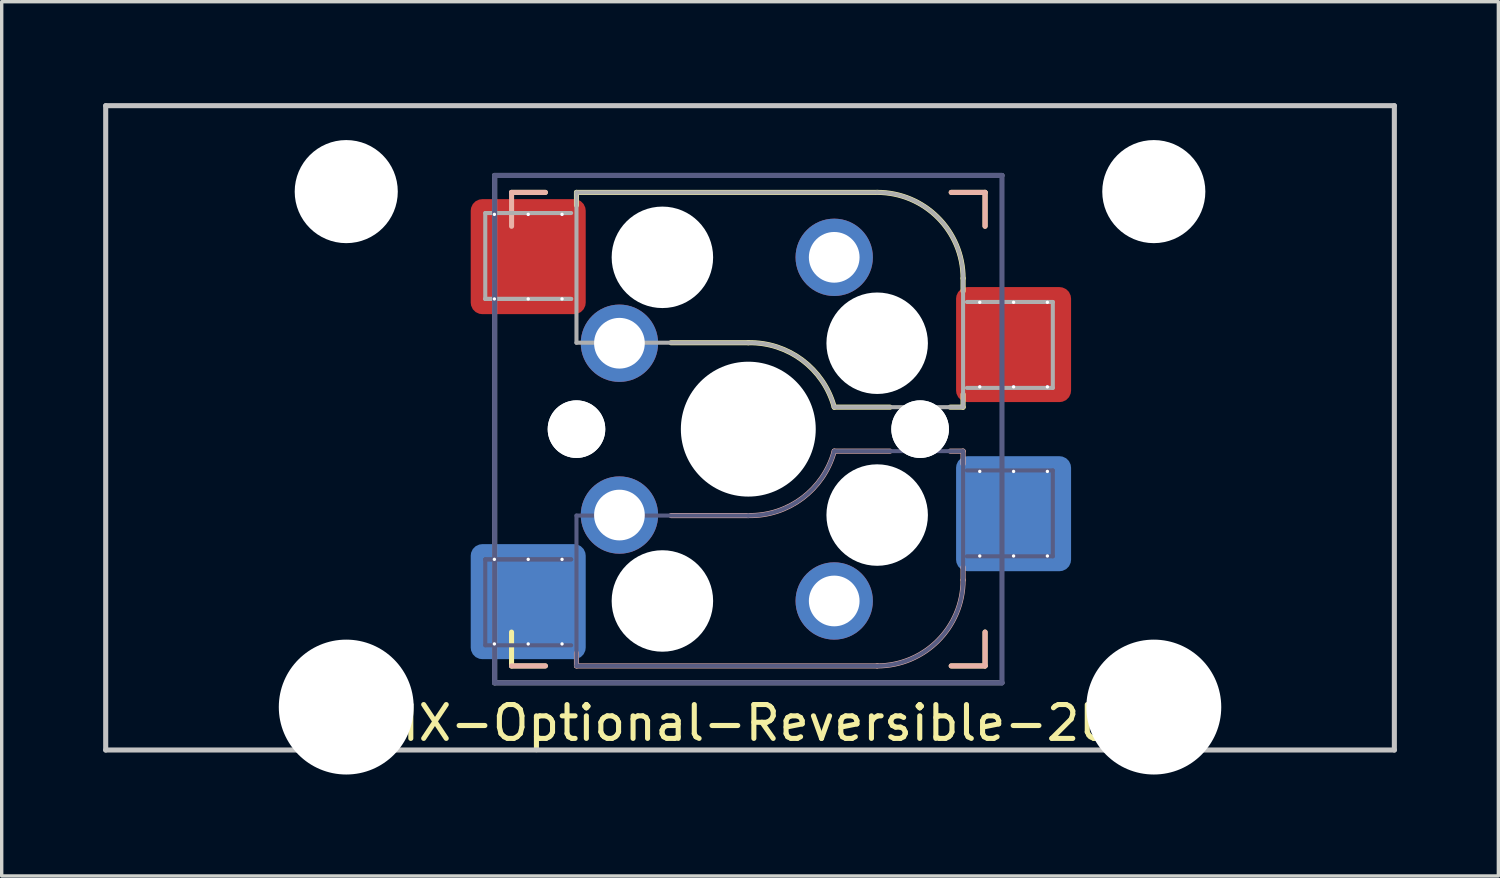
<source format=kicad_pcb>
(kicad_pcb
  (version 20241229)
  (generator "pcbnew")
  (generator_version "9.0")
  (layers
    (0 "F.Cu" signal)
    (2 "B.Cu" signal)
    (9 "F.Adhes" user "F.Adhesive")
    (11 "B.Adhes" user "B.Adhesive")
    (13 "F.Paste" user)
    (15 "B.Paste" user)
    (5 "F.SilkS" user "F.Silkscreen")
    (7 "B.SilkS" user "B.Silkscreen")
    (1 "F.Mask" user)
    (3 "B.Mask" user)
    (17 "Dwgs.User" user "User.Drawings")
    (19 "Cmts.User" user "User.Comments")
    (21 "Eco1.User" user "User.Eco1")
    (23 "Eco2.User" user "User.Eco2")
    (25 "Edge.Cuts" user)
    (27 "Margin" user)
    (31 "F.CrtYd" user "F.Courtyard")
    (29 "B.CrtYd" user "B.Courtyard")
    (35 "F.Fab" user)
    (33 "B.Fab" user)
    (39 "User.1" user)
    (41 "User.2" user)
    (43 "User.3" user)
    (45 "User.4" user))
  (footprint "MX-Optional-Reversible-2U"
    (layer "F.Cu")
    (at 19.125 9.6)
    (property "Reference" "MX-Optional-Reversible-2U" (at -0.077 8.726 180) (layer "F.SilkS") (effects (font (size 1 1) (thickness 0.15))))
    (attr smd)
    (fp_rect (start -8.258 -6.062) (end -4.858 -4.062) (stroke (width 0.1) (type solid)) (fill yes) (layer "F.Mask"))
    (fp_rect (start 6.092 -3.462) (end 9.492 -1.462) (stroke (width 0.1) (type solid)) (fill yes) (layer "F.Mask"))
    (fp_rect (start -4.858 4.138) (end -8.258 6.138) (stroke (width 0.1) (type solid)) (fill yes) (layer "B.Mask"))
    (fp_rect (start 9.492 1.538) (end 6.092 3.538) (stroke (width 0.1) (type solid)) (fill yes) (layer "B.Mask"))
    (fp_line (start -7.051 -6.962) (end -6.051 -6.962) (stroke (width 0.15) (type solid)) (layer "F.SilkS"))
    (fp_line (start -7.051 7.038) (end -7.051 6.038) (stroke (width 0.15) (type solid)) (layer "F.SilkS"))
    (fp_line (start -6.051 7.038) (end -7.051 7.038) (stroke (width 0.15) (type solid)) (layer "F.SilkS"))
    (fp_line (start -5.131 -6.581) (end -5.131 -6.962) (stroke (width 0.15) (type solid)) (layer "F.SilkS"))
    (fp_line (start -2.337 -2.517) (end -0.051 -2.517) (stroke (width 0.15) (type solid)) (layer "F.SilkS"))
    (fp_line (start 2.489 -0.612) (end 4.14 -0.612) (stroke (width 0.15) (type solid)) (layer "F.SilkS"))
    (fp_line (start 3.759 -6.962) (end -5.131 -6.962) (stroke (width 0.15) (type solid)) (layer "F.SilkS"))
    (fp_line (start 5.918 -0.612) (end 6.299 -0.612) (stroke (width 0.15) (type solid)) (layer "F.SilkS"))
    (fp_line (start 5.949 -6.962) (end 6.949 -6.962) (stroke (width 0.15) (type solid)) (layer "F.SilkS"))
    (fp_line (start 6.299 -4.041) (end 6.299 -4.422) (stroke (width 0.15) (type solid)) (layer "F.SilkS"))
    (fp_line (start 6.299 -0.612) (end 6.299 -0.993) (stroke (width 0.15) (type solid)) (layer "F.SilkS"))
    (fp_line (start 6.949 -6.962) (end 6.949 -5.962) (stroke (width 0.15) (type solid)) (layer "F.SilkS"))
    (fp_line (start 6.949 6.038) (end 6.949 7.038) (stroke (width 0.15) (type solid)) (layer "F.SilkS"))
    (fp_line (start 6.949 7.038) (end 5.949 7.038) (stroke (width 0.15) (type solid)) (layer "F.SilkS"))
    (fp_arc (start -0.05085 -2.51696) (mid 1.54712 -2.001754) (end 2.48915 -0.61196) (stroke (width 0.15) (type solid)) (layer "F.SilkS"))
    (fp_arc (start 3.75915 -6.96196) (mid 5.555201 -6.218011) (end 6.29915 -4.42196) (stroke (width 0.15) (type solid)) (layer "F.SilkS"))
    (fp_line (start -7.051 -6.962) (end -6.051 -6.962) (stroke (width 0.15) (type solid)) (layer "B.SilkS"))
    (fp_line (start -7.05 -6.96) (end -7.05 -5.96) (stroke (width 0.15) (type solid)) (layer "B.SilkS"))
    (fp_line (start -6.051 7.038) (end -7.051 7.038) (stroke (width 0.15) (type solid)) (layer "B.SilkS"))
    (fp_line (start -5.131 7.038) (end -5.131 6.657) (stroke (width 0.15) (type solid)) (layer "B.SilkS"))
    (fp_line (start -5.131 7.038) (end 3.759 7.038) (stroke (width 0.15) (type solid)) (layer "B.SilkS"))
    (fp_line (start -0.051 2.593) (end -2.337 2.593) (stroke (width 0.15) (type solid)) (layer "B.SilkS"))
    (fp_line (start 4.14 0.688) (end 2.489 0.688) (stroke (width 0.15) (type solid)) (layer "B.SilkS"))
    (fp_line (start 5.949 -6.962) (end 6.949 -6.962) (stroke (width 0.15) (type solid)) (layer "B.SilkS"))
    (fp_line (start 6.299 0.688) (end 5.918 0.688) (stroke (width 0.15) (type solid)) (layer "B.SilkS"))
    (fp_line (start 6.299 1.069) (end 6.299 0.688) (stroke (width 0.15) (type solid)) (layer "B.SilkS"))
    (fp_line (start 6.299 4.498) (end 6.299 4.117) (stroke (width 0.15) (type solid)) (layer "B.SilkS"))
    (fp_line (start 6.949 -6.962) (end 6.949 -5.962) (stroke (width 0.15) (type solid)) (layer "B.SilkS"))
    (fp_line (start 6.949 6.038) (end 6.949 7.038) (stroke (width 0.15) (type solid)) (layer "B.SilkS"))
    (fp_line (start 6.949 7.038) (end 5.949 7.038) (stroke (width 0.15) (type solid)) (layer "B.SilkS"))
    (fp_arc (start 2.48915 0.68804) (mid 1.547119 2.077831) (end -0.05085 2.59304) (stroke (width 0.15) (type solid)) (layer "B.SilkS"))
    (fp_arc (start 6.29915 4.49804) (mid 5.555201 6.294091) (end 3.75915 7.03804) (stroke (width 0.15) (type solid)) (layer "B.SilkS"))
    (fp_line (start -19.05 9.525) (end -19.05 -9.525) (stroke (width 0.15) (type solid)) (layer "Dwgs.User"))
    (fp_line (start 19.05 -9.525) (end -19.05 -9.525) (stroke (width 0.15) (type solid)) (layer "Dwgs.User"))
    (fp_line (start 19.05 9.525) (end -19.05 9.525) (stroke (width 0.15) (type solid)) (layer "Dwgs.User"))
    (fp_line (start 19.05 9.525) (end 19.05 -9.525) (stroke (width 0.15) (type solid)) (layer "Dwgs.User"))
    (fp_line (start -6.951 6.938) (end 6.849 6.938) (stroke (width 0.15) (type solid)) (layer "Eco2.User"))
    (fp_line (start -6.95 -6.86) (end -6.95 6.94) (stroke (width 0.15) (type solid)) (layer "Eco2.User"))
    (fp_line (start 6.848 6.94) (end 6.848 -6.86) (stroke (width 0.15) (type solid)) (layer "Eco2.User"))
    (fp_line (start 6.849 -6.862) (end -6.951 -6.862) (stroke (width 0.15) (type solid)) (layer "Eco2.User"))
    (fp_line (start -7.828 3.888) (end -7.828 6.428) (stroke (width 0.12) (type solid)) (layer "B.Fab"))
    (fp_line (start -7.828 6.428) (end -5.288 6.428) (stroke (width 0.12) (type solid)) (layer "B.Fab"))
    (fp_line (start -7.551 -7.462) (end 7.449 -7.462) (stroke (width 0.15) (type solid)) (layer "B.Fab"))
    (fp_line (start -7.551 7.538) (end -7.551 -7.462) (stroke (width 0.15) (type solid)) (layer "B.Fab"))
    (fp_line (start -5.288 3.888) (end -7.828 3.888) (stroke (width 0.12) (type solid)) (layer "B.Fab"))
    (fp_line (start -5.288 3.888) (end -7.828 3.888) (stroke (width 0.12) (type solid)) (layer "B.Fab"))
    (fp_line (start -5.131 2.593) (end -5.131 7.038) (stroke (width 0.12) (type solid)) (layer "B.Fab"))
    (fp_line (start -5.131 7.038) (end 3.759 7.038) (stroke (width 0.12) (type solid)) (layer "B.Fab"))
    (fp_line (start -0.051 2.593) (end -5.131 2.593) (stroke (width 0.12) (type solid)) (layer "B.Fab"))
    (fp_line (start 6.299 0.688) (end 2.489 0.688) (stroke (width 0.12) (type solid)) (layer "B.Fab"))
    (fp_line (start 6.299 4.498) (end 6.299 0.688) (stroke (width 0.12) (type solid)) (layer "B.Fab"))
    (fp_line (start 6.412 3.798) (end 8.952 3.798) (stroke (width 0.12) (type solid)) (layer "B.Fab"))
    (fp_line (start 7.449 -7.462) (end 7.449 7.538) (stroke (width 0.15) (type solid)) (layer "B.Fab"))
    (fp_line (start 7.449 7.538) (end -7.551 7.538) (stroke (width 0.15) (type solid)) (layer "B.Fab"))
    (fp_line (start 8.952 1.258) (end 6.412 1.258) (stroke (width 0.12) (type solid)) (layer "B.Fab"))
    (fp_line (start 8.952 3.798) (end 8.952 1.258) (stroke (width 0.12) (type solid)) (layer "B.Fab"))
    (fp_arc (start 2.48915 0.68804) (mid 1.547122 2.077836) (end -0.05085 2.59304) (stroke (width 0.12) (type solid)) (layer "B.Fab"))
    (fp_arc (start 6.29915 4.49804) (mid 5.555201 6.294091) (end 3.75915 7.03804) (stroke (width 0.12) (type solid)) (layer "B.Fab"))
    (fp_line (start -7.828 -6.352) (end -7.828 -3.812) (stroke (width 0.12) (type solid)) (layer "F.Fab"))
    (fp_line (start -7.828 -3.812) (end -5.288 -3.812) (stroke (width 0.12) (type solid)) (layer "F.Fab"))
    (fp_line (start -7.828 -3.812) (end -5.288 -3.812) (stroke (width 0.12) (type solid)) (layer "F.Fab"))
    (fp_line (start -7.551 -7.462) (end 7.449 -7.462) (stroke (width 0.15) (type solid)) (layer "F.Fab"))
    (fp_line (start -7.551 7.538) (end -7.551 -7.462) (stroke (width 0.15) (type solid)) (layer "F.Fab"))
    (fp_line (start -5.288 -6.352) (end -7.828 -6.352) (stroke (width 0.12) (type solid)) (layer "F.Fab"))
    (fp_line (start -5.131 -6.962) (end -5.131 -2.517) (stroke (width 0.12) (type solid)) (layer "F.Fab"))
    (fp_line (start -5.131 -2.517) (end -0.051 -2.517) (stroke (width 0.12) (type solid)) (layer "F.Fab"))
    (fp_line (start 2.489 -0.612) (end 6.299 -0.612) (stroke (width 0.12) (type solid)) (layer "F.Fab"))
    (fp_line (start 3.759 -6.962) (end -5.131 -6.962) (stroke (width 0.12) (type solid)) (layer "F.Fab"))
    (fp_line (start 6.299 -0.612) (end 6.299 -4.422) (stroke (width 0.12) (type solid)) (layer "F.Fab"))
    (fp_line (start 6.412 -1.182) (end 8.952 -1.182) (stroke (width 0.12) (type solid)) (layer "F.Fab"))
    (fp_line (start 7.449 7.538) (end -7.551 7.538) (stroke (width 0.15) (type solid)) (layer "F.Fab"))
    (fp_line (start 8.952 -3.722) (end 6.412 -3.722) (stroke (width 0.12) (type solid)) (layer "F.Fab"))
    (fp_line (start 8.952 -1.182) (end 8.952 -3.722) (stroke (width 0.12) (type solid)) (layer "F.Fab"))
    (fp_arc (start -0.05085 -2.51696) (mid 1.547122 -2.001755) (end 2.48915 -0.61196) (stroke (width 0.12) (type solid)) (layer "F.Fab"))
    (fp_arc (start 3.75915 -6.96196) (mid 5.555201 -6.218011) (end 6.29915 -4.42196) (stroke (width 0.12) (type solid)) (layer "F.Fab"))
    (pad "" np_thru_hole circle (at -11.938 -6.985) (size 3.048 3.048) (drill 3.048) (layers "*.Cu" "*.Mask"))
    (pad "" np_thru_hole circle (at -11.938 8.255) (size 3.988 3.988) (drill 3.988) (layers "*.Cu" "*.Mask"))
    (pad "" np_thru_hole circle (at -5.131 0.038) (size 1.702 1.702) (drill 1.702) (layers "*.Cu" "*.Mask"))
    (pad "" np_thru_hole circle (at -5.131 0.038 180) (size 1.702 1.702) (drill 1.702) (layers "*.Cu" "*.Mask"))
    (pad "" np_thru_hole circle (at -2.591 -5.042) (size 3 3) (drill 3) (layers "*.Cu" "*.Mask"))
    (pad "" np_thru_hole circle (at -2.591 5.118 180) (size 3 3) (drill 3) (layers "*.Cu" "*.Mask"))
    (pad "" np_thru_hole circle (at -0.051 0.038) (size 3.988 3.988) (drill 3.988) (layers "*.Cu" "*.Mask"))
    (pad "" np_thru_hole circle (at 3.759 -2.502) (size 3 3) (drill 3) (layers "*.Cu" "*.Mask"))
    (pad "" np_thru_hole circle (at 3.759 2.578 180) (size 3 3) (drill 3) (layers "*.Cu" "*.Mask"))
    (pad "" np_thru_hole circle (at 5.029 0.038 180) (size 1.702 1.702) (drill 1.702) (layers "*.Cu" "*.Mask"))
    (pad "" np_thru_hole circle (at 5.029 0.038) (size 1.702 1.702) (drill 1.702) (layers "*.Cu" "*.Mask"))
    (pad "" np_thru_hole circle (at 11.938 -6.985) (size 3.048 3.048) (drill 3.048) (layers "*.Cu" "*.Mask"))
    (pad "" np_thru_hole circle (at 11.938 8.255) (size 3.988 3.988) (drill 3.988) (layers "*.Cu" "*.Mask"))
    (pad "1" thru_hole circle (at -7.558 -6.312 270) (size 0.1 0.1) (drill 0.3) (layers "*.Cu" "*.Mask"))
    (pad "1" thru_hole circle (at -7.558 -3.812 270) (size 0.1 0.1) (drill 0.3) (layers "*.Cu" "*.Mask"))
    (pad "1" thru_hole circle (at -7.558 3.888 270) (size 0.1 0.1) (drill 0.3) (layers "*.Cu" "*.Mask"))
    (pad "1" thru_hole circle (at -7.558 6.388 270) (size 0.1 0.1) (drill 0.3) (layers "*.Cu" "*.Mask"))
    (pad "1" thru_hole circle (at -6.558 -6.312 270) (size 0.1 0.1) (drill 0.3) (layers "*.Cu"))
    (pad "1" smd roundrect (at -6.558 -5.062 180) (size 3.4 3.4) (property pad_prop_bga) (layers "F.Cu" "F.Paste") (roundrect_rratio 0.1))
    (pad "1" thru_hole circle (at -6.558 -3.812 270) (size 0.1 0.1) (drill 0.3) (layers "*.Cu" "*.Mask"))
    (pad "1" thru_hole circle (at -6.558 3.888 270) (size 0.1 0.1) (drill 0.3) (layers "*.Cu" "*.Mask"))
    (pad "1" smd roundrect (at -6.558 5.138) (size 3.4 3.4) (property pad_prop_bga) (layers "B.Cu" "B.Paste") (roundrect_rratio 0.1))
    (pad "1" thru_hole circle (at -6.558 6.388 270) (size 0.1 0.1) (drill 0.3) (layers "*.Cu"))
    (pad "1" thru_hole circle (at -5.558 -6.312 270) (size 0.1 0.1) (drill 0.3) (layers "*.Cu"))
    (pad "1" thru_hole circle (at -5.558 -3.812 270) (size 0.1 0.1) (drill 0.3) (layers "*.Cu" "*.Mask"))
    (pad "1" thru_hole circle (at -5.558 3.888 270) (size 0.1 0.1) (drill 0.3) (layers "*.Cu" "*.Mask"))
    (pad "1" thru_hole circle (at -5.558 6.388 270) (size 0.1 0.1) (drill 0.3) (layers "*.Cu"))
    (pad "1" thru_hole circle (at -3.861 -2.502) (size 2.286 2.286) (drill 1.499) (layers "*.Cu" "*.Mask"))
    (pad "1" thru_hole circle (at -3.861 2.578 180) (size 2.286 2.286) (drill 1.499) (layers "*.Cu" "*.Mask"))
    (pad "2" thru_hole circle (at 2.489 -5.042) (size 2.286 2.286) (drill 1.499) (layers "*.Cu" "*.Mask"))
    (pad "2" thru_hole circle (at 2.489 5.118 180) (size 2.286 2.286) (drill 1.499) (layers "*.Cu" "*.Mask"))
    (pad "2" thru_hole circle (at 6.792 -3.712 270) (size 0.1 0.1) (drill 0.3) (layers "*.Cu" "*.Mask"))
    (pad "2" thru_hole circle (at 6.792 -1.212 270) (size 0.1 0.1) (drill 0.3) (layers "*.Cu" "*.Mask"))
    (pad "2" thru_hole circle (at 6.792 1.288 270) (size 0.1 0.1) (drill 0.3) (layers "*.Cu" "*.Mask"))
    (pad "2" thru_hole circle (at 6.792 3.788 270) (size 0.1 0.1) (drill 0.3) (layers "*.Cu" "*.Mask"))
    (pad "2" thru_hole circle (at 7.792 -3.712 270) (size 0.1 0.1) (drill 0.3) (layers "*.Cu"))
    (pad "2" smd roundrect (at 7.792 -2.462 180) (size 3.4 3.4) (property pad_prop_bga) (layers "F.Cu" "F.Paste") (roundrect_rratio 0.1))
    (pad "2" thru_hole circle (at 7.792 -1.212 270) (size 0.1 0.1) (drill 0.3) (layers "*.Cu" "*.Mask"))
    (pad "2" thru_hole circle (at 7.792 1.288 270) (size 0.1 0.1) (drill 0.3) (layers "*.Cu" "*.Mask"))
    (pad "2" smd roundrect (at 7.792 2.538) (size 3.4 3.4) (property pad_prop_bga) (layers "B.Cu" "B.Paste") (roundrect_rratio 0.1))
    (pad "2" thru_hole circle (at 7.792 3.788 270) (size 0.1 0.1) (drill 0.3) (layers "*.Cu"))
    (pad "2" thru_hole circle (at 8.792 -3.712 270) (size 0.1 0.1) (drill 0.3) (layers "*.Cu"))
    (pad "2" thru_hole circle (at 8.792 -1.212 270) (size 0.1 0.1) (drill 0.3) (layers "*.Cu" "*.Mask"))
    (pad "2" thru_hole circle (at 8.792 1.288 270) (size 0.1 0.1) (drill 0.3) (layers "*.Cu" "*.Mask"))
    (pad "2" thru_hole circle (at 8.792 3.788 270) (size 0.1 0.1) (drill 0.3) (layers "*.Cu")))
  (gr_rect
    (start -3 -3)
    (end 41.25 22.849)
    (stroke (width 0.1) (type default))
    (fill no)
    (layer "Edge.Cuts")))
</source>
